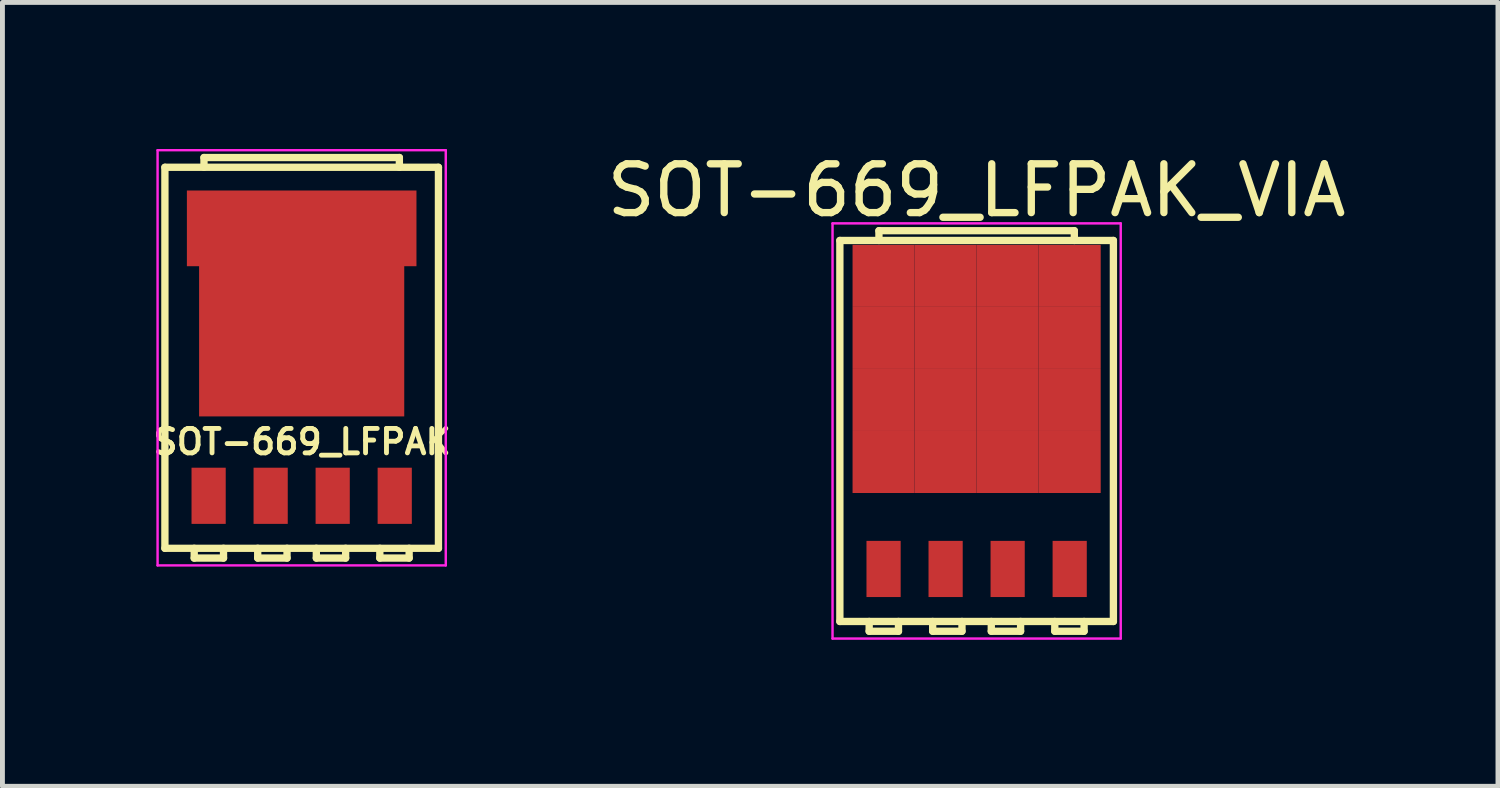
<source format=kicad_pcb>
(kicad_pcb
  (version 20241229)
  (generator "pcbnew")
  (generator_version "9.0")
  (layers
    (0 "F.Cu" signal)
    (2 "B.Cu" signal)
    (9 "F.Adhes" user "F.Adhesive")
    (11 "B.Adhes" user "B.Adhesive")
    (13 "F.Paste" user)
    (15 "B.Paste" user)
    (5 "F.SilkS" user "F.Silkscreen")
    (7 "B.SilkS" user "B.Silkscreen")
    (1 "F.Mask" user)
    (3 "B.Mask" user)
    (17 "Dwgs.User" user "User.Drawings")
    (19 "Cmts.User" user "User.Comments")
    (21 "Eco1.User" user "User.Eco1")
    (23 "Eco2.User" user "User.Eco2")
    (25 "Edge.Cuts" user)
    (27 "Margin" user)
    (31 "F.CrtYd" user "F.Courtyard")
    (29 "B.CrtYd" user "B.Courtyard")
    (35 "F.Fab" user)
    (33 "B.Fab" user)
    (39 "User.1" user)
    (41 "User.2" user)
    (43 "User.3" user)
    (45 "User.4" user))
  (footprint "SOT-669_LFPAK_VIA"
    (layer "F.Cu")
    (at 16.944 5.773)
    (property "Reference" "SOT-669_LFPAK_VIA" (at 0 -4.925 0) (layer "F.SilkS") (effects (font (size 1 1) (thickness 0.15))))
    (attr smd)
    (fp_line (start -2.8 -3.9) (end 2.8 -3.9) (stroke (width 0.15) (type solid)) (layer "F.SilkS"))
    (fp_line (start -2.8 3.9) (end -2.8 -3.9) (stroke (width 0.15) (type solid)) (layer "F.SilkS"))
    (fp_line (start -2.2 3.9) (end -2.2 4.1) (stroke (width 0.15) (type solid)) (layer "F.SilkS"))
    (fp_line (start -2.2 4.1) (end -1.6 4.1) (stroke (width 0.15) (type solid)) (layer "F.SilkS"))
    (fp_line (start -2 -4.1) (end 2 -4.1) (stroke (width 0.15) (type solid)) (layer "F.SilkS"))
    (fp_line (start -2 -3.9) (end -2 -4.1) (stroke (width 0.15) (type solid)) (layer "F.SilkS"))
    (fp_line (start -1.6 4.1) (end -1.6 3.9) (stroke (width 0.15) (type solid)) (layer "F.SilkS"))
    (fp_line (start -0.9 3.9) (end -0.9 4.1) (stroke (width 0.15) (type solid)) (layer "F.SilkS"))
    (fp_line (start -0.9 4.1) (end -0.3 4.1) (stroke (width 0.15) (type solid)) (layer "F.SilkS"))
    (fp_line (start -0.3 4.1) (end -0.3 3.9) (stroke (width 0.15) (type solid)) (layer "F.SilkS"))
    (fp_line (start 0.3 3.9) (end 0.3 4.1) (stroke (width 0.15) (type solid)) (layer "F.SilkS"))
    (fp_line (start 0.3 4.1) (end 0.9 4.1) (stroke (width 0.15) (type solid)) (layer "F.SilkS"))
    (fp_line (start 0.9 4.1) (end 0.9 3.9) (stroke (width 0.15) (type solid)) (layer "F.SilkS"))
    (fp_line (start 1.6 3.9) (end 1.6 4.1) (stroke (width 0.15) (type solid)) (layer "F.SilkS"))
    (fp_line (start 1.6 4.1) (end 2.2 4.1) (stroke (width 0.15) (type solid)) (layer "F.SilkS"))
    (fp_line (start 2 -4.1) (end 2 -3.9) (stroke (width 0.15) (type solid)) (layer "F.SilkS"))
    (fp_line (start 2.2 4.1) (end 2.2 3.9) (stroke (width 0.15) (type solid)) (layer "F.SilkS"))
    (fp_line (start 2.8 -3.9) (end 2.8 3.9) (stroke (width 0.15) (type solid)) (layer "F.SilkS"))
    (fp_line (start 2.8 3.9) (end -2.8 3.9) (stroke (width 0.15) (type solid)) (layer "F.SilkS"))
    (fp_line (start -2.95 -4.25) (end 2.95 -4.25) (stroke (width 0.05) (type solid)) (layer "F.CrtYd"))
    (fp_line (start -2.95 4.25) (end -2.95 -4.25) (stroke (width 0.05) (type solid)) (layer "F.CrtYd"))
    (fp_line (start -2.95 4.25) (end 2.95 4.25) (stroke (width 0.05) (type solid)) (layer "F.CrtYd"))
    (fp_line (start 2.95 -4.25) (end 2.95 4.25) (stroke (width 0.05) (type solid)) (layer "F.CrtYd"))
    (pad "1" smd rect (at -1.905 2.825) (size 0.7 1.15) (layers "F.Cu" "F.Mask" "F.Paste"))
    (pad "2" smd rect (at -0.635 2.825) (size 0.7 1.15) (layers "F.Cu" "F.Mask" "F.Paste"))
    (pad "3" smd rect (at 0.635 2.825) (size 0.7 1.15) (layers "F.Cu" "F.Mask" "F.Paste"))
    (pad "4" smd rect (at 1.905 2.825) (size 0.7 1.15) (layers "F.Cu" "F.Mask" "F.Paste"))
    (pad "5" smd rect (at -1.905 -3.175) (size 1.27 1.27) (layers "F.Cu" "F.Mask"))
    (pad "5" smd rect (at -1.905 -1.905) (size 1.27 1.27) (layers "F.Cu" "F.Mask"))
    (pad "5" smd rect (at -1.905 -0.635) (size 1.27 1.27) (layers "F.Cu" "F.Mask"))
    (pad "5" smd rect (at -1.905 0.635) (size 1.27 1.27) (layers "F.Cu" "F.Mask"))
    (pad "5" smd rect (at -0.635 -3.175) (size 1.27 1.27) (layers "F.Cu" "F.Mask"))
    (pad "5" smd rect (at -0.635 -1.905) (size 1.27 1.27) (layers "F.Cu" "F.Mask"))
    (pad "5" smd rect (at -0.635 -0.635) (size 1.27 1.27) (layers "F.Cu" "F.Mask"))
    (pad "5" smd rect (at -0.635 0.635) (size 1.27 1.27) (layers "F.Cu" "F.Mask"))
    (pad "5" smd rect (at 0.635 -3.175) (size 1.27 1.27) (layers "F.Cu" "F.Mask"))
    (pad "5" smd rect (at 0.635 -1.905) (size 1.27 1.27) (layers "F.Cu" "F.Mask"))
    (pad "5" smd rect (at 0.635 -0.635) (size 1.27 1.27) (layers "F.Cu" "F.Mask"))
    (pad "5" smd rect (at 0.635 0.635) (size 1.27 1.27) (layers "F.Cu" "F.Mask"))
    (pad "5" smd rect (at 1.905 -3.175) (size 1.27 1.27) (layers "F.Cu" "F.Mask"))
    (pad "5" smd rect (at 1.905 -1.905) (size 1.27 1.27) (layers "F.Cu" "F.Mask"))
    (pad "5" smd rect (at 1.905 -0.635) (size 1.27 1.27) (layers "F.Cu" "F.Mask"))
    (pad "5" smd rect (at 1.905 0.635) (size 1.27 1.27) (layers "F.Cu" "F.Mask")))
  (footprint "SOT-669_LFPAK"
    (layer "F.Cu")
    (at 3.126 4.275)
    (property "Reference" "SOT-669_LFPAK" (at 0.01 1.72 0) (layer "F.SilkS") (effects (font (size 0.5 0.5) (thickness 0.1))))
    (attr smd)
    (fp_line (start -2.8 -3.9) (end 2.8 -3.9) (stroke (width 0.15) (type solid)) (layer "F.SilkS"))
    (fp_line (start -2.8 3.9) (end -2.8 -3.9) (stroke (width 0.15) (type solid)) (layer "F.SilkS"))
    (fp_line (start -2.2 3.9) (end -2.2 4.1) (stroke (width 0.15) (type solid)) (layer "F.SilkS"))
    (fp_line (start -2.2 4.1) (end -1.6 4.1) (stroke (width 0.15) (type solid)) (layer "F.SilkS"))
    (fp_line (start -2 -4.1) (end 2 -4.1) (stroke (width 0.15) (type solid)) (layer "F.SilkS"))
    (fp_line (start -2 -3.9) (end -2 -4.1) (stroke (width 0.15) (type solid)) (layer "F.SilkS"))
    (fp_line (start -1.6 4.1) (end -1.6 3.9) (stroke (width 0.15) (type solid)) (layer "F.SilkS"))
    (fp_line (start -0.9 3.9) (end -0.9 4.1) (stroke (width 0.15) (type solid)) (layer "F.SilkS"))
    (fp_line (start -0.9 4.1) (end -0.3 4.1) (stroke (width 0.15) (type solid)) (layer "F.SilkS"))
    (fp_line (start -0.3 4.1) (end -0.3 3.9) (stroke (width 0.15) (type solid)) (layer "F.SilkS"))
    (fp_line (start 0.3 3.9) (end 0.3 4.1) (stroke (width 0.15) (type solid)) (layer "F.SilkS"))
    (fp_line (start 0.3 4.1) (end 0.9 4.1) (stroke (width 0.15) (type solid)) (layer "F.SilkS"))
    (fp_line (start 0.9 4.1) (end 0.9 3.9) (stroke (width 0.15) (type solid)) (layer "F.SilkS"))
    (fp_line (start 1.6 3.9) (end 1.6 4.1) (stroke (width 0.15) (type solid)) (layer "F.SilkS"))
    (fp_line (start 1.6 4.1) (end 2.2 4.1) (stroke (width 0.15) (type solid)) (layer "F.SilkS"))
    (fp_line (start 2 -4.1) (end 2 -3.9) (stroke (width 0.15) (type solid)) (layer "F.SilkS"))
    (fp_line (start 2.2 4.1) (end 2.2 3.9) (stroke (width 0.15) (type solid)) (layer "F.SilkS"))
    (fp_line (start 2.8 -3.9) (end 2.8 3.9) (stroke (width 0.15) (type solid)) (layer "F.SilkS"))
    (fp_line (start 2.8 3.9) (end -2.8 3.9) (stroke (width 0.15) (type solid)) (layer "F.SilkS"))
    (fp_line (start -2.95 -4.25) (end 2.95 -4.25) (stroke (width 0.05) (type solid)) (layer "F.CrtYd"))
    (fp_line (start -2.95 4.25) (end -2.95 -4.25) (stroke (width 0.05) (type solid)) (layer "F.CrtYd"))
    (fp_line (start -2.95 4.25) (end 2.95 4.25) (stroke (width 0.05) (type solid)) (layer "F.CrtYd"))
    (fp_line (start 2.95 -4.25) (end 2.95 4.25) (stroke (width 0.05) (type solid)) (layer "F.CrtYd"))
    (pad "" smd rect (at -1.875 -2.9) (size 0.6 0.9) (layers "F.Paste"))
    (pad "" smd rect (at -1.15 -1.05 90) (size 0.6 0.9) (layers "F.Paste"))
    (pad "" smd rect (at -1.15 -0.2 90) (size 0.6 0.9) (layers "F.Paste"))
    (pad "" smd rect (at -1.15 0.65 90) (size 0.6 0.9) (layers "F.Paste"))
    (pad "" smd rect (at -0.6 -2.9) (size 0.6 0.9) (layers "F.Paste"))
    (pad "" smd rect (at 0 -1.05 90) (size 0.6 0.9) (layers "F.Paste"))
    (pad "" smd rect (at 0 -0.2 90) (size 0.6 0.9) (layers "F.Paste"))
    (pad "" smd rect (at 0 0.65 90) (size 0.6 0.9) (layers "F.Paste"))
    (pad "" smd rect (at 0.6 -2.9) (size 0.6 0.9) (layers "F.Paste"))
    (pad "" smd rect (at 1.15 -1.05 90) (size 0.6 0.9) (layers "F.Paste"))
    (pad "" smd rect (at 1.15 -0.2 90) (size 0.6 0.9) (layers "F.Paste"))
    (pad "" smd rect (at 1.15 0.65 90) (size 0.6 0.9) (layers "F.Paste"))
    (pad "" smd rect (at 1.875 -2.9) (size 0.6 0.9) (layers "F.Paste"))
    (pad "1" smd rect (at -1.905 2.825) (size 0.7 1.15) (layers "F.Cu" "F.Mask" "F.Paste"))
    (pad "2" smd rect (at -0.635 2.825) (size 0.7 1.15) (layers "F.Cu" "F.Mask" "F.Paste"))
    (pad "3" smd rect (at 0.635 2.825) (size 0.7 1.15) (layers "F.Cu" "F.Mask" "F.Paste"))
    (pad "4" smd rect (at 1.905 2.825) (size 0.7 1.15) (layers "F.Cu" "F.Mask" "F.Paste"))
    (pad "5" smd rect (at 0 -2.65) (size 4.7 1.55) (layers "F.Cu" "F.Mask"))
    (pad "5" smd rect (at 0 -0.45) (size 4.2 3.3) (layers "F.Cu" "F.Mask")))
  (gr_rect
    (start -3 -3)
    (end 27.617 13.048)
    (stroke (width 0.1) (type default))
    (fill no)
    (layer "Edge.Cuts")))
</source>
